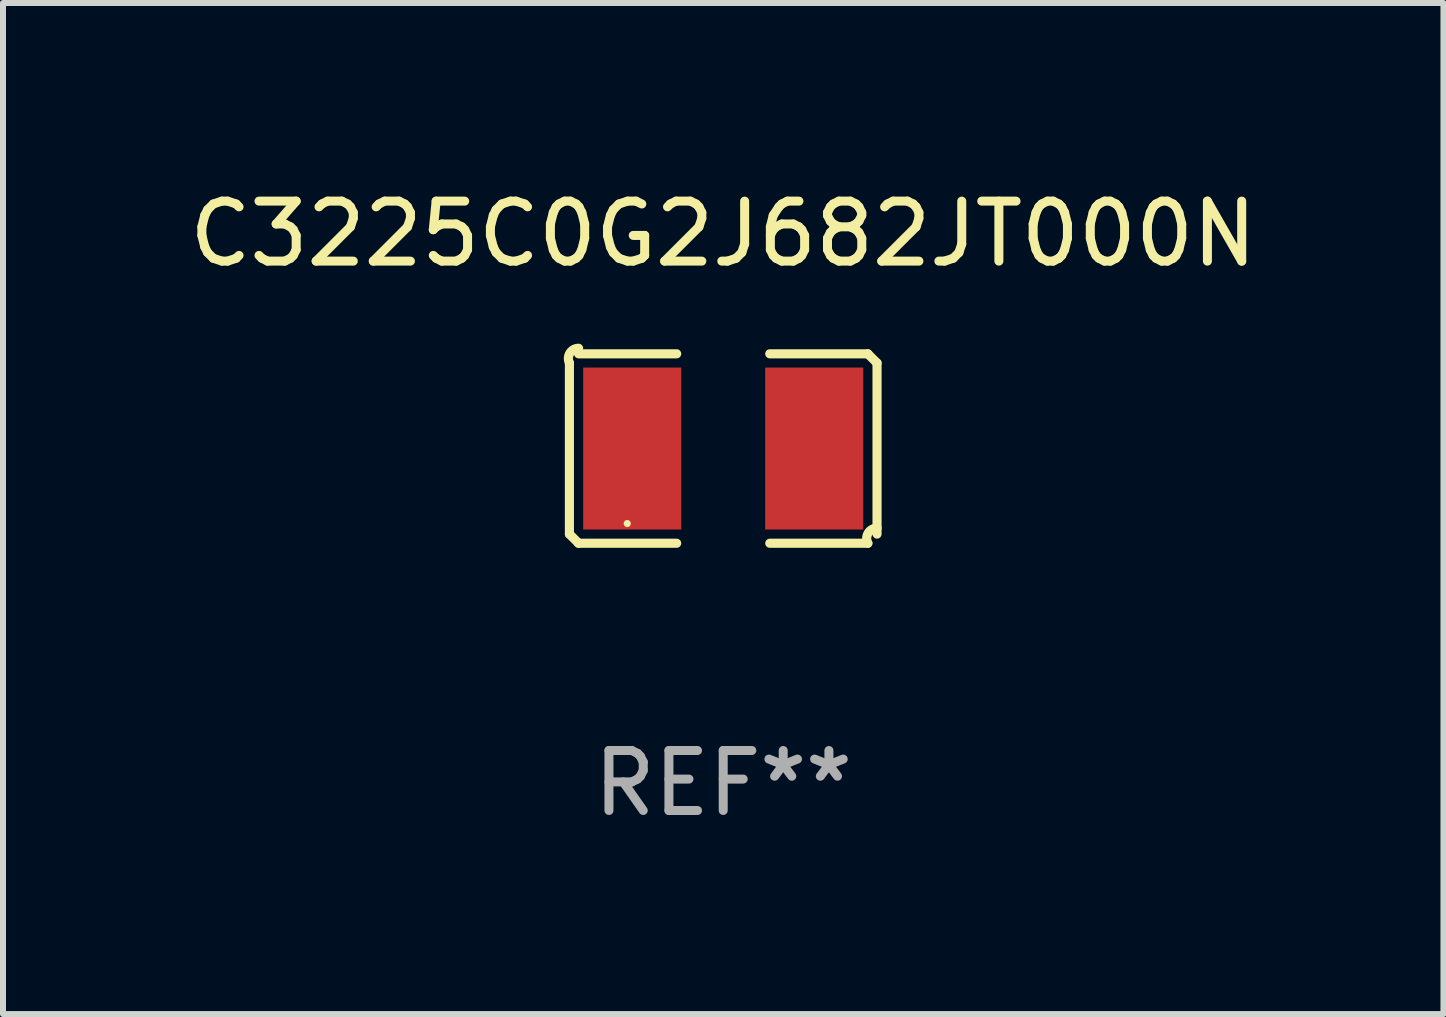
<source format=kicad_pcb>
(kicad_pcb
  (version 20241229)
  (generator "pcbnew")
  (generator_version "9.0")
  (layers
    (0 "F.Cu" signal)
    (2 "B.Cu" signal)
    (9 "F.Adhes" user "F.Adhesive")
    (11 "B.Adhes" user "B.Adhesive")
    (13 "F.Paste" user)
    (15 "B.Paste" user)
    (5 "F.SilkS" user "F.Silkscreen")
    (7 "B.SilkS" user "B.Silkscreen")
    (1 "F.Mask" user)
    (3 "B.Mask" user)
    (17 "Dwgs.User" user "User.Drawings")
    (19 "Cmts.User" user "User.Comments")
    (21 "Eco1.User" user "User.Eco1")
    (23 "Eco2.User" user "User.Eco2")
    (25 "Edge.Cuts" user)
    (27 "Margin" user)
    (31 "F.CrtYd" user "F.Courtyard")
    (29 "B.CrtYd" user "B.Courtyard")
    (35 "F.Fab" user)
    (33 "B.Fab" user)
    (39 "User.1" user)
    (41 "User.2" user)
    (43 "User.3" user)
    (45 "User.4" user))
  (footprint "C3225C0G2J682JT000N"
    (layer "F.Cu")
    (at 9.006 4.427)
    (property "Reference" "C3225C0G2J682JT000N" (at 0 -3.579 0) (layer "F.SilkS") (effects (font (size 1 1) (thickness 0.15))))
    (attr through_hole)
    (fp_line (start -2.564 1.426) (end -2.564 -1.426) (stroke (width 0.152) (type solid)) (layer "F.SilkS"))
    (fp_line (start -2.411 -1.579) (end -0.776 -1.579) (stroke (width 0.152) (type solid)) (layer "F.SilkS"))
    (fp_line (start -0.776 1.579) (end -2.411 1.579) (stroke (width 0.152) (type solid)) (layer "F.SilkS"))
    (fp_line (start 0.776 1.579) (end 2.411 1.579) (stroke (width 0.152) (type solid)) (layer "F.SilkS"))
    (fp_line (start 2.411 -1.579) (end 0.776 -1.579) (stroke (width 0.152) (type solid)) (layer "F.SilkS"))
    (fp_line (start 2.564 1.426) (end 2.564 -1.426) (stroke (width 0.152) (type solid)) (layer "F.SilkS"))
    (fp_arc (start -2.563602 -1.426213) (mid -2.555597 -1.591233) (end -2.411201 -1.671518) (stroke (width 0.1524) (type solid)) (layer "F.SilkS"))
    (fp_arc (start -2.5636 1.426214) (mid -2.487389 1.502402) (end -2.411201 1.578613) (stroke (width 0.1524) (type solid)) (layer "F.SilkS"))
    (fp_arc (start 2.411197 -1.578618) (mid 2.487403 -1.502419) (end 2.563602 -1.426213) (stroke (width 0.1524) (type solid)) (layer "F.SilkS"))
    (fp_arc (start 2.411201 1.578613) (mid 2.416214 1.409455) (end 2.563602 1.32629) (stroke (width 0.1524) (type solid)) (layer "F.SilkS"))
    (fp_circle (center -1.6 1.25) (end -1.57 1.25) (stroke (width 0.06) (type solid)) (fill no) (layer "F.SilkS"))
    (fp_text user "REF**" (at 0 5.579 0) (layer "F.Fab") (effects (font (size 1 1) (thickness 0.15))))
    (pad "1" smd rect (at -1.517 0) (size 1.635 2.7) (layers "F.Cu" "F.Mask" "F.Paste"))
    (pad "2" smd rect (at 1.517 0) (size 1.635 2.7) (layers "F.Cu" "F.Mask" "F.Paste")))
  (gr_rect
    (start -3 -3)
    (end 21.012 13.854)
    (stroke (width 0.1) (type default))
    (fill no)
    (layer "Edge.Cuts")))
</source>
